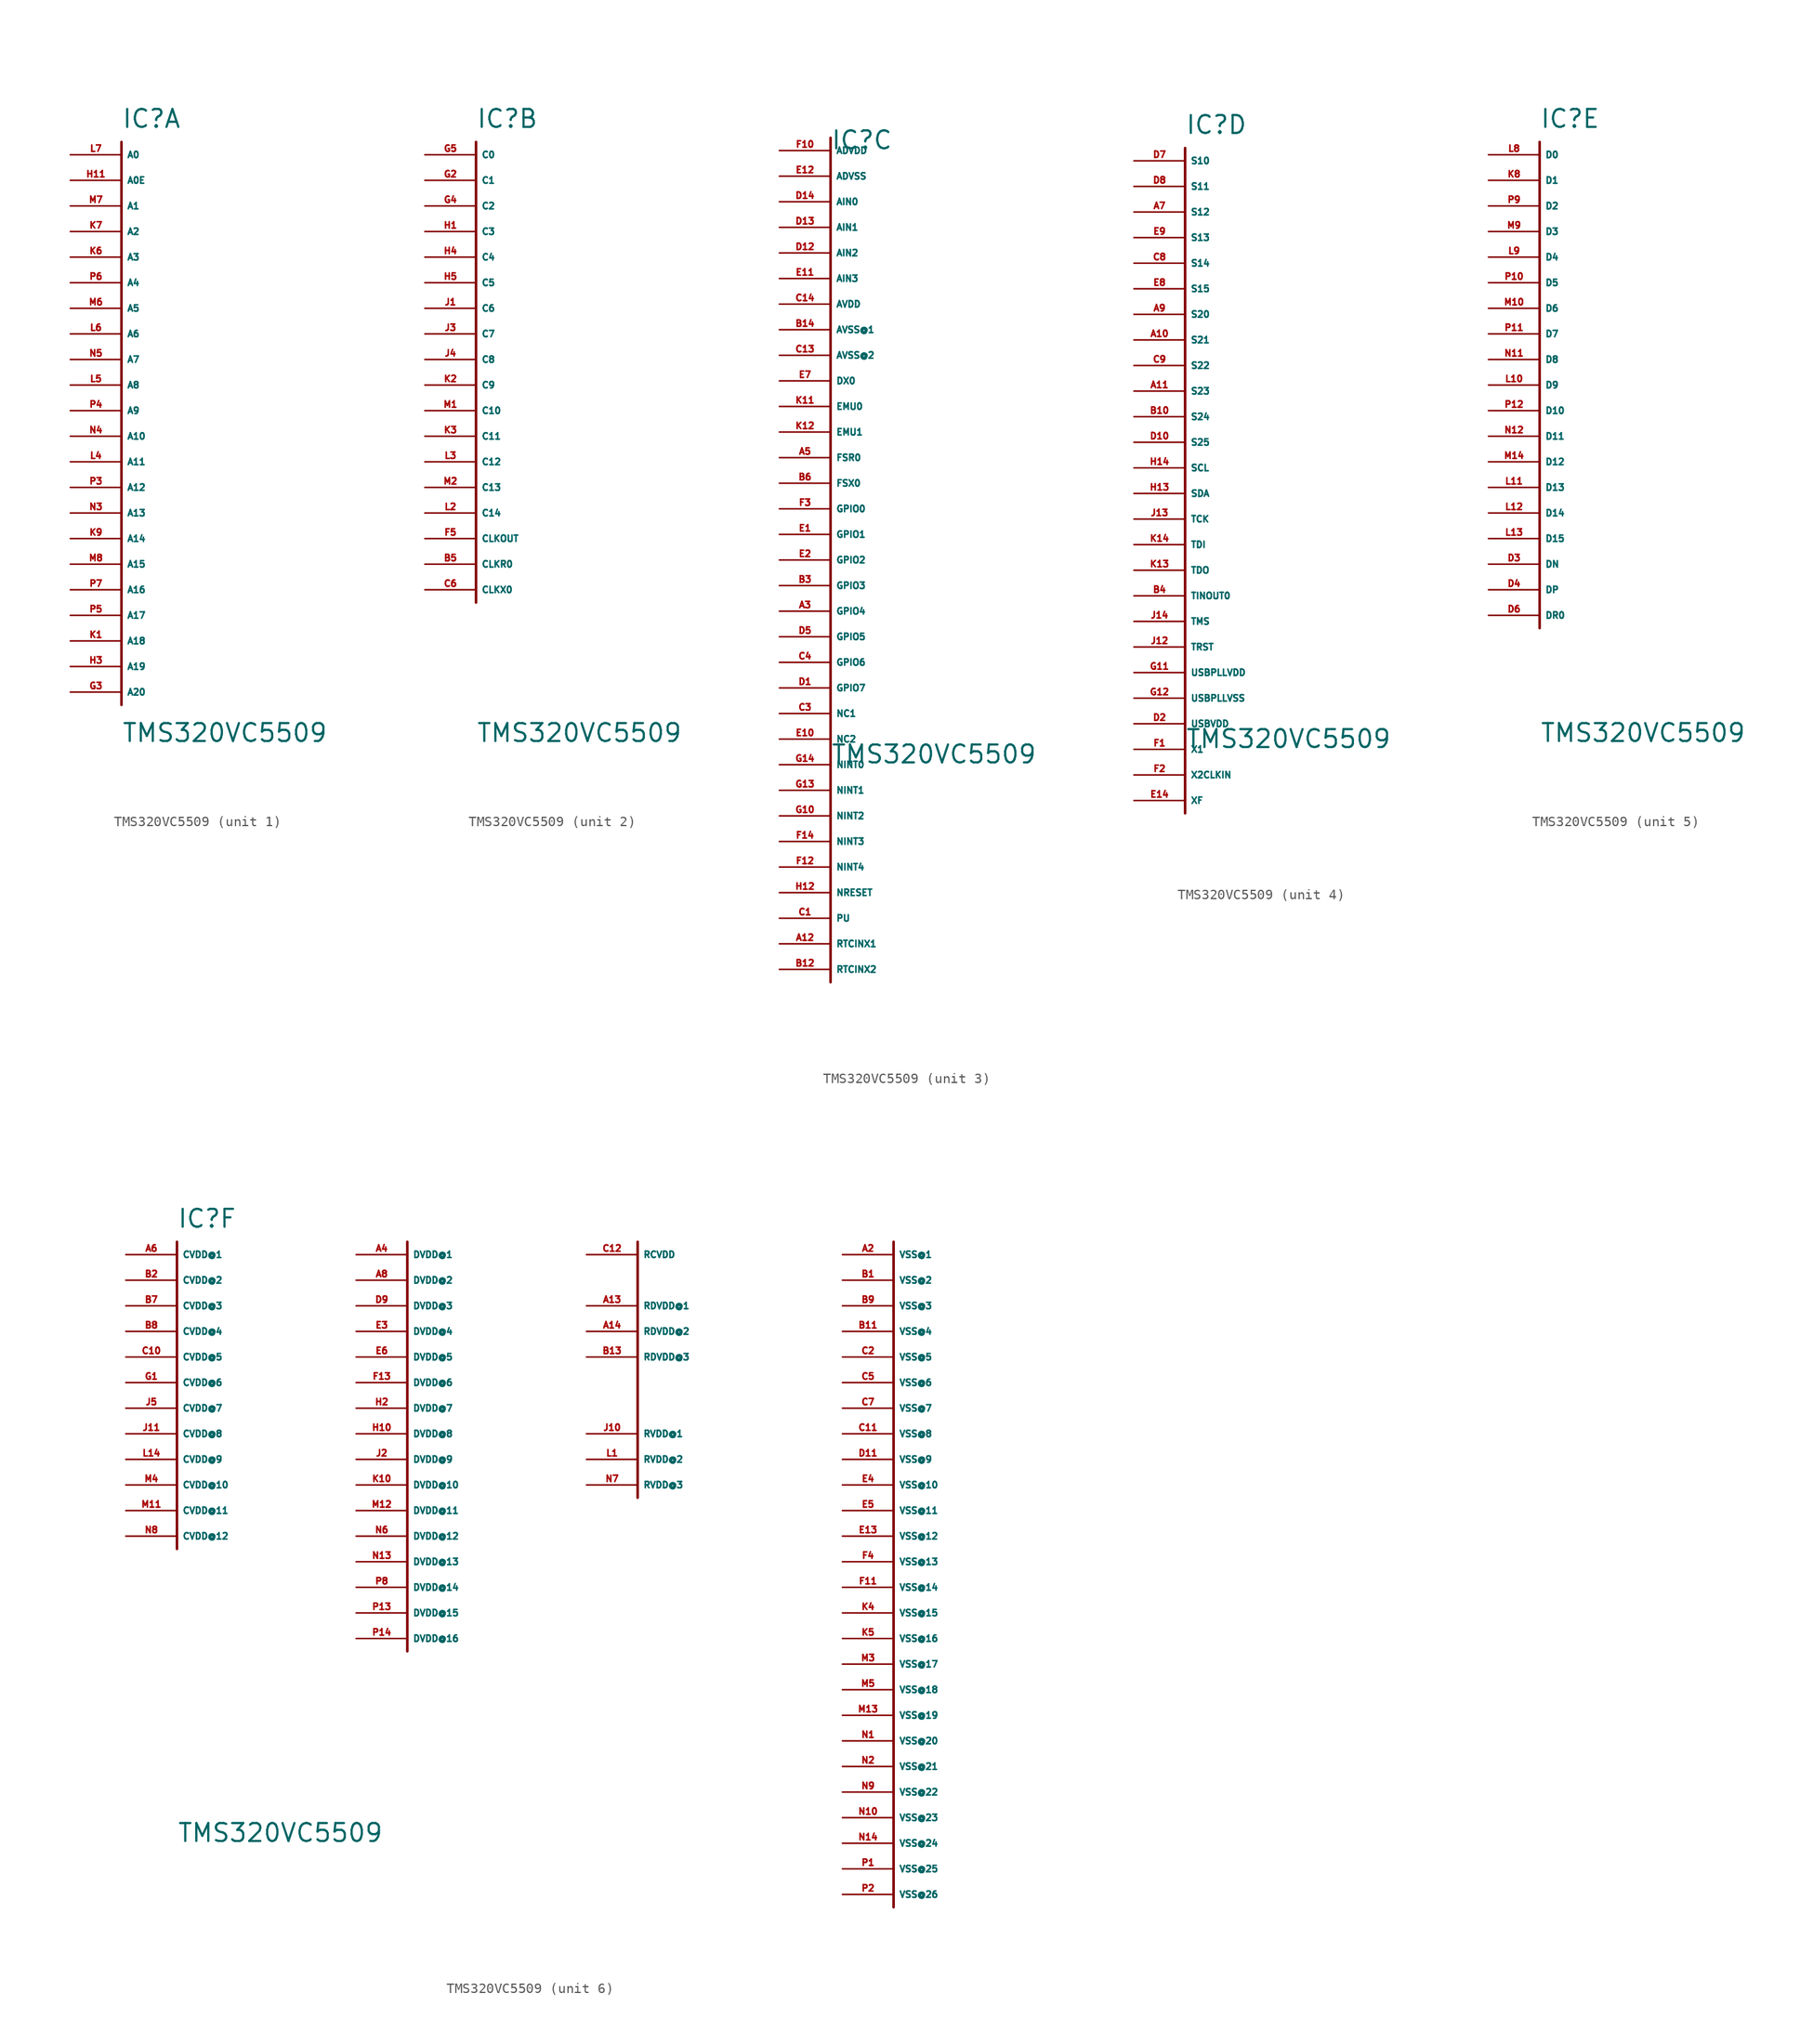
<source format=kicad_sym>
(kicad_symbol_lib
  (version 20220914)
  (generator Eagle2Kicad)
  (symbol "TMS320VC5509"
    (property "Reference" "IC"
      (at 0 2.54 0)
      (effects (font (size 1.778 1.778) (thickness 0.22)) (justify left bottom)))
    (property "Value" "TMS320VC5509"
      (at 0 -58.42 0)
      (effects (font (size 1.778 1.778) (thickness 0.22)) (justify left bottom)))
    (symbol "TMS320VC5509_1_0"
      (polyline (pts (xy 0 -54.61) (xy 0 1.27)) (stroke (width 0.254) (type default)) (fill (type none)))
      (pin bidirectional line (at -5.08 0 0) (length 5.08) (name "A0" (effects (font (size 0.635 0.635) (thickness 0.08)) (justify left bottom))) (number "L7" (effects (font (size 0.635 0.635) (thickness 0.08)) (justify left bottom))))
      (pin output line (at -5.08 -2.54 0) (length 5.08) (name "A0E" (effects (font (size 0.635 0.635) (thickness 0.08)) (justify left bottom))) (number "H11" (effects (font (size 0.635 0.635) (thickness 0.08)) (justify left bottom))))
      (pin bidirectional line (at -5.08 -5.08 0) (length 5.08) (name "A1" (effects (font (size 0.635 0.635) (thickness 0.08)) (justify left bottom))) (number "M7" (effects (font (size 0.635 0.635) (thickness 0.08)) (justify left bottom))))
      (pin bidirectional line (at -5.08 -7.62 0) (length 5.08) (name "A2" (effects (font (size 0.635 0.635) (thickness 0.08)) (justify left bottom))) (number "K7" (effects (font (size 0.635 0.635) (thickness 0.08)) (justify left bottom))))
      (pin bidirectional line (at -5.08 -10.16 0) (length 5.08) (name "A3" (effects (font (size 0.635 0.635) (thickness 0.08)) (justify left bottom))) (number "K6" (effects (font (size 0.635 0.635) (thickness 0.08)) (justify left bottom))))
      (pin bidirectional line (at -5.08 -12.7 0) (length 5.08) (name "A4" (effects (font (size 0.635 0.635) (thickness 0.08)) (justify left bottom))) (number "P6" (effects (font (size 0.635 0.635) (thickness 0.08)) (justify left bottom))))
      (pin bidirectional line (at -5.08 -15.24 0) (length 5.08) (name "A5" (effects (font (size 0.635 0.635) (thickness 0.08)) (justify left bottom))) (number "M6" (effects (font (size 0.635 0.635) (thickness 0.08)) (justify left bottom))))
      (pin bidirectional line (at -5.08 -17.78 0) (length 5.08) (name "A6" (effects (font (size 0.635 0.635) (thickness 0.08)) (justify left bottom))) (number "L6" (effects (font (size 0.635 0.635) (thickness 0.08)) (justify left bottom))))
      (pin bidirectional line (at -5.08 -20.32 0) (length 5.08) (name "A7" (effects (font (size 0.635 0.635) (thickness 0.08)) (justify left bottom))) (number "N5" (effects (font (size 0.635 0.635) (thickness 0.08)) (justify left bottom))))
      (pin bidirectional line (at -5.08 -22.86 0) (length 5.08) (name "A8" (effects (font (size 0.635 0.635) (thickness 0.08)) (justify left bottom))) (number "L5" (effects (font (size 0.635 0.635) (thickness 0.08)) (justify left bottom))))
      (pin bidirectional line (at -5.08 -25.4 0) (length 5.08) (name "A9" (effects (font (size 0.635 0.635) (thickness 0.08)) (justify left bottom))) (number "P4" (effects (font (size 0.635 0.635) (thickness 0.08)) (justify left bottom))))
      (pin bidirectional line (at -5.08 -27.94 0) (length 5.08) (name "A10" (effects (font (size 0.635 0.635) (thickness 0.08)) (justify left bottom))) (number "N4" (effects (font (size 0.635 0.635) (thickness 0.08)) (justify left bottom))))
      (pin bidirectional line (at -5.08 -30.48 0) (length 5.08) (name "A11" (effects (font (size 0.635 0.635) (thickness 0.08)) (justify left bottom))) (number "L4" (effects (font (size 0.635 0.635) (thickness 0.08)) (justify left bottom))))
      (pin bidirectional line (at -5.08 -33.02 0) (length 5.08) (name "A12" (effects (font (size 0.635 0.635) (thickness 0.08)) (justify left bottom))) (number "P3" (effects (font (size 0.635 0.635) (thickness 0.08)) (justify left bottom))))
      (pin bidirectional line (at -5.08 -35.56 0) (length 5.08) (name "A13" (effects (font (size 0.635 0.635) (thickness 0.08)) (justify left bottom))) (number "N3" (effects (font (size 0.635 0.635) (thickness 0.08)) (justify left bottom))))
      (pin bidirectional line (at -5.08 -38.1 0) (length 5.08) (name "A14" (effects (font (size 0.635 0.635) (thickness 0.08)) (justify left bottom))) (number "K9" (effects (font (size 0.635 0.635) (thickness 0.08)) (justify left bottom))))
      (pin bidirectional line (at -5.08 -40.64 0) (length 5.08) (name "A15" (effects (font (size 0.635 0.635) (thickness 0.08)) (justify left bottom))) (number "M8" (effects (font (size 0.635 0.635) (thickness 0.08)) (justify left bottom))))
      (pin output line (at -5.08 -43.18 0) (length 5.08) (name "A16" (effects (font (size 0.635 0.635) (thickness 0.08)) (justify left bottom))) (number "P7" (effects (font (size 0.635 0.635) (thickness 0.08)) (justify left bottom))))
      (pin output line (at -5.08 -45.72 0) (length 5.08) (name "A17" (effects (font (size 0.635 0.635) (thickness 0.08)) (justify left bottom))) (number "P5" (effects (font (size 0.635 0.635) (thickness 0.08)) (justify left bottom))))
      (pin output line (at -5.08 -48.26 0) (length 5.08) (name "A18" (effects (font (size 0.635 0.635) (thickness 0.08)) (justify left bottom))) (number "K1" (effects (font (size 0.635 0.635) (thickness 0.08)) (justify left bottom))))
      (pin output line (at -5.08 -50.8 0) (length 5.08) (name "A19" (effects (font (size 0.635 0.635) (thickness 0.08)) (justify left bottom))) (number "H3" (effects (font (size 0.635 0.635) (thickness 0.08)) (justify left bottom))))
      (pin output line (at -5.08 -53.34 0) (length 5.08) (name "A20" (effects (font (size 0.635 0.635) (thickness 0.08)) (justify left bottom))) (number "G3" (effects (font (size 0.635 0.635) (thickness 0.08)) (justify left bottom)))))
    (symbol "TMS320VC5509_2_0"
      (polyline (pts (xy 0 -44.45) (xy 0 1.27)) (stroke (width 0.254) (type default)) (fill (type none)))
      (pin bidirectional line (at -5.08 0 0) (length 5.08) (name "C0" (effects (font (size 0.635 0.635) (thickness 0.08)) (justify left bottom))) (number "G5" (effects (font (size 0.635 0.635) (thickness 0.08)) (justify left bottom))))
      (pin output line (at -5.08 -2.54 0) (length 5.08) (name "C1" (effects (font (size 0.635 0.635) (thickness 0.08)) (justify left bottom))) (number "G2" (effects (font (size 0.635 0.635) (thickness 0.08)) (justify left bottom))))
      (pin bidirectional line (at -5.08 -5.08 0) (length 5.08) (name "C2" (effects (font (size 0.635 0.635) (thickness 0.08)) (justify left bottom))) (number "G4" (effects (font (size 0.635 0.635) (thickness 0.08)) (justify left bottom))))
      (pin bidirectional line (at -5.08 -7.62 0) (length 5.08) (name "C3" (effects (font (size 0.635 0.635) (thickness 0.08)) (justify left bottom))) (number "H1" (effects (font (size 0.635 0.635) (thickness 0.08)) (justify left bottom))))
      (pin bidirectional line (at -5.08 -10.16 0) (length 5.08) (name "C4" (effects (font (size 0.635 0.635) (thickness 0.08)) (justify left bottom))) (number "H4" (effects (font (size 0.635 0.635) (thickness 0.08)) (justify left bottom))))
      (pin bidirectional line (at -5.08 -12.7 0) (length 5.08) (name "C5" (effects (font (size 0.635 0.635) (thickness 0.08)) (justify left bottom))) (number "H5" (effects (font (size 0.635 0.635) (thickness 0.08)) (justify left bottom))))
      (pin bidirectional line (at -5.08 -15.24 0) (length 5.08) (name "C6" (effects (font (size 0.635 0.635) (thickness 0.08)) (justify left bottom))) (number "J1" (effects (font (size 0.635 0.635) (thickness 0.08)) (justify left bottom))))
      (pin bidirectional line (at -5.08 -17.78 0) (length 5.08) (name "C7" (effects (font (size 0.635 0.635) (thickness 0.08)) (justify left bottom))) (number "J3" (effects (font (size 0.635 0.635) (thickness 0.08)) (justify left bottom))))
      (pin bidirectional line (at -5.08 -20.32 0) (length 5.08) (name "C8" (effects (font (size 0.635 0.635) (thickness 0.08)) (justify left bottom))) (number "J4" (effects (font (size 0.635 0.635) (thickness 0.08)) (justify left bottom))))
      (pin bidirectional line (at -5.08 -22.86 0) (length 5.08) (name "C9" (effects (font (size 0.635 0.635) (thickness 0.08)) (justify left bottom))) (number "K2" (effects (font (size 0.635 0.635) (thickness 0.08)) (justify left bottom))))
      (pin bidirectional line (at -5.08 -25.4 0) (length 5.08) (name "C10" (effects (font (size 0.635 0.635) (thickness 0.08)) (justify left bottom))) (number "M1" (effects (font (size 0.635 0.635) (thickness 0.08)) (justify left bottom))))
      (pin bidirectional line (at -5.08 -27.94 0) (length 5.08) (name "C11" (effects (font (size 0.635 0.635) (thickness 0.08)) (justify left bottom))) (number "K3" (effects (font (size 0.635 0.635) (thickness 0.08)) (justify left bottom))))
      (pin bidirectional line (at -5.08 -30.48 0) (length 5.08) (name "C12" (effects (font (size 0.635 0.635) (thickness 0.08)) (justify left bottom))) (number "L3" (effects (font (size 0.635 0.635) (thickness 0.08)) (justify left bottom))))
      (pin bidirectional line (at -5.08 -33.02 0) (length 5.08) (name "C13" (effects (font (size 0.635 0.635) (thickness 0.08)) (justify left bottom))) (number "M2" (effects (font (size 0.635 0.635) (thickness 0.08)) (justify left bottom))))
      (pin bidirectional line (at -5.08 -35.56 0) (length 5.08) (name "C14" (effects (font (size 0.635 0.635) (thickness 0.08)) (justify left bottom))) (number "L2" (effects (font (size 0.635 0.635) (thickness 0.08)) (justify left bottom))))
      (pin output line (at -5.08 -38.1 0) (length 5.08) (name "CLKOUT" (effects (font (size 0.635 0.635) (thickness 0.08)) (justify left bottom))) (number "F5" (effects (font (size 0.635 0.635) (thickness 0.08)) (justify left bottom))))
      (pin bidirectional line (at -5.08 -40.64 0) (length 5.08) (name "CLKR0" (effects (font (size 0.635 0.635) (thickness 0.08)) (justify left bottom))) (number "B5" (effects (font (size 0.635 0.635) (thickness 0.08)) (justify left bottom))))
      (pin bidirectional line (at -5.08 -43.18 0) (length 5.08) (name "CLKX0" (effects (font (size 0.635 0.635) (thickness 0.08)) (justify left bottom))) (number "C6" (effects (font (size 0.635 0.635) (thickness 0.08)) (justify left bottom)))))
    (symbol "TMS320VC5509_3_0"
      (polyline (pts (xy 0 3.81) (xy 0 -80.01)) (stroke (width 0.254) (type default)) (fill (type none)))
      (pin output line (at -5.08 -20.32 0) (length 5.08) (name "DX0" (effects (font (size 0.635 0.635) (thickness 0.08)) (justify left bottom))) (number "E7" (effects (font (size 0.635 0.635) (thickness 0.08)) (justify left bottom))))
      (pin input line (at -5.08 -22.86 0) (length 5.08) (name "EMU0" (effects (font (size 0.635 0.635) (thickness 0.08)) (justify left bottom))) (number "K11" (effects (font (size 0.635 0.635) (thickness 0.08)) (justify left bottom))))
      (pin input line (at -5.08 -25.4 0) (length 5.08) (name "EMU1" (effects (font (size 0.635 0.635) (thickness 0.08)) (justify left bottom))) (number "K12" (effects (font (size 0.635 0.635) (thickness 0.08)) (justify left bottom))))
      (pin bidirectional line (at -5.08 -27.94 0) (length 5.08) (name "FSR0" (effects (font (size 0.635 0.635) (thickness 0.08)) (justify left bottom))) (number "A5" (effects (font (size 0.635 0.635) (thickness 0.08)) (justify left bottom))))
      (pin bidirectional line (at -5.08 -30.48 0) (length 5.08) (name "FSX0" (effects (font (size 0.635 0.635) (thickness 0.08)) (justify left bottom))) (number "B6" (effects (font (size 0.635 0.635) (thickness 0.08)) (justify left bottom))))
      (pin bidirectional line (at -5.08 -33.02 0) (length 5.08) (name "GPIO0" (effects (font (size 0.635 0.635) (thickness 0.08)) (justify left bottom))) (number "F3" (effects (font (size 0.635 0.635) (thickness 0.08)) (justify left bottom))))
      (pin bidirectional line (at -5.08 -35.56 0) (length 5.08) (name "GPIO1" (effects (font (size 0.635 0.635) (thickness 0.08)) (justify left bottom))) (number "E1" (effects (font (size 0.635 0.635) (thickness 0.08)) (justify left bottom))))
      (pin bidirectional line (at -5.08 -38.1 0) (length 5.08) (name "GPIO2" (effects (font (size 0.635 0.635) (thickness 0.08)) (justify left bottom))) (number "E2" (effects (font (size 0.635 0.635) (thickness 0.08)) (justify left bottom))))
      (pin bidirectional line (at -5.08 -40.64 0) (length 5.08) (name "GPIO3" (effects (font (size 0.635 0.635) (thickness 0.08)) (justify left bottom))) (number "B3" (effects (font (size 0.635 0.635) (thickness 0.08)) (justify left bottom))))
      (pin bidirectional line (at -5.08 -43.18 0) (length 5.08) (name "GPIO4" (effects (font (size 0.635 0.635) (thickness 0.08)) (justify left bottom))) (number "A3" (effects (font (size 0.635 0.635) (thickness 0.08)) (justify left bottom))))
      (pin bidirectional line (at -5.08 -45.72 0) (length 5.08) (name "GPIO5" (effects (font (size 0.635 0.635) (thickness 0.08)) (justify left bottom))) (number "D5" (effects (font (size 0.635 0.635) (thickness 0.08)) (justify left bottom))))
      (pin bidirectional line (at -5.08 -48.26 0) (length 5.08) (name "GPIO6" (effects (font (size 0.635 0.635) (thickness 0.08)) (justify left bottom))) (number "C4" (effects (font (size 0.635 0.635) (thickness 0.08)) (justify left bottom))))
      (pin bidirectional line (at -5.08 -50.8 0) (length 5.08) (name "GPIO7" (effects (font (size 0.635 0.635) (thickness 0.08)) (justify left bottom))) (number "D1" (effects (font (size 0.635 0.635) (thickness 0.08)) (justify left bottom))))
      (pin passive line (at -5.08 -53.34 0) (length 5.08) (name "NC1" (effects (font (size 0.635 0.635) (thickness 0.08)) (justify left bottom))) (number "C3" (effects (font (size 0.635 0.635) (thickness 0.08)) (justify left bottom))))
      (pin passive line (at -5.08 -55.88 0) (length 5.08) (name "NC2" (effects (font (size 0.635 0.635) (thickness 0.08)) (justify left bottom))) (number "E10" (effects (font (size 0.635 0.635) (thickness 0.08)) (justify left bottom))))
      (pin input line (at -5.08 -58.42 0) (length 5.08) (name "NINT0" (effects (font (size 0.635 0.635) (thickness 0.08)) (justify left bottom))) (number "G14" (effects (font (size 0.635 0.635) (thickness 0.08)) (justify left bottom))))
      (pin input line (at -5.08 -60.96 0) (length 5.08) (name "NINT1" (effects (font (size 0.635 0.635) (thickness 0.08)) (justify left bottom))) (number "G13" (effects (font (size 0.635 0.635) (thickness 0.08)) (justify left bottom))))
      (pin input line (at -5.08 -63.5 0) (length 5.08) (name "NINT2" (effects (font (size 0.635 0.635) (thickness 0.08)) (justify left bottom))) (number "G10" (effects (font (size 0.635 0.635) (thickness 0.08)) (justify left bottom))))
      (pin input line (at -5.08 -66.04 0) (length 5.08) (name "NINT3" (effects (font (size 0.635 0.635) (thickness 0.08)) (justify left bottom))) (number "F14" (effects (font (size 0.635 0.635) (thickness 0.08)) (justify left bottom))))
      (pin input line (at -5.08 -68.58 0) (length 5.08) (name "NINT4" (effects (font (size 0.635 0.635) (thickness 0.08)) (justify left bottom))) (number "F12" (effects (font (size 0.635 0.635) (thickness 0.08)) (justify left bottom))))
      (pin input line (at -5.08 -71.12 0) (length 5.08) (name "NRESET" (effects (font (size 0.635 0.635) (thickness 0.08)) (justify left bottom))) (number "H12" (effects (font (size 0.635 0.635) (thickness 0.08)) (justify left bottom))))
      (pin passive line (at -5.08 -73.66 0) (length 5.08) (name "PU" (effects (font (size 0.635 0.635) (thickness 0.08)) (justify left bottom))) (number "C1" (effects (font (size 0.635 0.635) (thickness 0.08)) (justify left bottom))))
      (pin passive line (at -5.08 -76.2 0) (length 5.08) (name "RTCINX1" (effects (font (size 0.635 0.635) (thickness 0.08)) (justify left bottom))) (number "A12" (effects (font (size 0.635 0.635) (thickness 0.08)) (justify left bottom))))
      (pin passive line (at -5.08 -78.74 0) (length 5.08) (name "RTCINX2" (effects (font (size 0.635 0.635) (thickness 0.08)) (justify left bottom))) (number "B12" (effects (font (size 0.635 0.635) (thickness 0.08)) (justify left bottom))))
      (pin unspecified line (at -5.08 2.54 0) (length 5.08) (name "ADVDD" (effects (font (size 0.635 0.635) (thickness 0.08)) (justify left bottom))) (number "F10" (effects (font (size 0.635 0.635) (thickness 0.08)) (justify left bottom))))
      (pin unspecified line (at -5.08 0 0) (length 5.08) (name "ADVSS" (effects (font (size 0.635 0.635) (thickness 0.08)) (justify left bottom))) (number "E12" (effects (font (size 0.635 0.635) (thickness 0.08)) (justify left bottom))))
      (pin passive line (at -5.08 -2.54 0) (length 5.08) (name "AIN0" (effects (font (size 0.635 0.635) (thickness 0.08)) (justify left bottom))) (number "D14" (effects (font (size 0.635 0.635) (thickness 0.08)) (justify left bottom))))
      (pin passive line (at -5.08 -5.08 0) (length 5.08) (name "AIN1" (effects (font (size 0.635 0.635) (thickness 0.08)) (justify left bottom))) (number "D13" (effects (font (size 0.635 0.635) (thickness 0.08)) (justify left bottom))))
      (pin passive line (at -5.08 -7.62 0) (length 5.08) (name "AIN2" (effects (font (size 0.635 0.635) (thickness 0.08)) (justify left bottom))) (number "D12" (effects (font (size 0.635 0.635) (thickness 0.08)) (justify left bottom))))
      (pin passive line (at -5.08 -10.16 0) (length 5.08) (name "AIN3" (effects (font (size 0.635 0.635) (thickness 0.08)) (justify left bottom))) (number "E11" (effects (font (size 0.635 0.635) (thickness 0.08)) (justify left bottom))))
      (pin unspecified line (at -5.08 -12.7 0) (length 5.08) (name "AVDD" (effects (font (size 0.635 0.635) (thickness 0.08)) (justify left bottom))) (number "C14" (effects (font (size 0.635 0.635) (thickness 0.08)) (justify left bottom))))
      (pin unspecified line (at -5.08 -15.24 0) (length 5.08) (name "AVSS@1" (effects (font (size 0.635 0.635) (thickness 0.08)) (justify left bottom))) (number "B14" (effects (font (size 0.635 0.635) (thickness 0.08)) (justify left bottom))))
      (pin unspecified line (at -5.08 -17.78 0) (length 5.08) (name "AVSS@2" (effects (font (size 0.635 0.635) (thickness 0.08)) (justify left bottom))) (number "C13" (effects (font (size 0.635 0.635) (thickness 0.08)) (justify left bottom)))))
    (symbol "TMS320VC5509_4_0"
      (polyline (pts (xy 0 -64.77) (xy 0 1.27)) (stroke (width 0.254) (type default)) (fill (type none)))
      (pin bidirectional line (at -5.08 0 0) (length 5.08) (name "S10" (effects (font (size 0.635 0.635) (thickness 0.08)) (justify left bottom))) (number "D7" (effects (font (size 0.635 0.635) (thickness 0.08)) (justify left bottom))))
      (pin bidirectional line (at -5.08 -2.54 0) (length 5.08) (name "S11" (effects (font (size 0.635 0.635) (thickness 0.08)) (justify left bottom))) (number "D8" (effects (font (size 0.635 0.635) (thickness 0.08)) (justify left bottom))))
      (pin bidirectional line (at -5.08 -5.08 0) (length 5.08) (name "S12" (effects (font (size 0.635 0.635) (thickness 0.08)) (justify left bottom))) (number "A7" (effects (font (size 0.635 0.635) (thickness 0.08)) (justify left bottom))))
      (pin bidirectional line (at -5.08 -7.62 0) (length 5.08) (name "S13" (effects (font (size 0.635 0.635) (thickness 0.08)) (justify left bottom))) (number "E9" (effects (font (size 0.635 0.635) (thickness 0.08)) (justify left bottom))))
      (pin bidirectional line (at -5.08 -10.16 0) (length 5.08) (name "S14" (effects (font (size 0.635 0.635) (thickness 0.08)) (justify left bottom))) (number "C8" (effects (font (size 0.635 0.635) (thickness 0.08)) (justify left bottom))))
      (pin bidirectional line (at -5.08 -12.7 0) (length 5.08) (name "S15" (effects (font (size 0.635 0.635) (thickness 0.08)) (justify left bottom))) (number "E8" (effects (font (size 0.635 0.635) (thickness 0.08)) (justify left bottom))))
      (pin bidirectional line (at -5.08 -15.24 0) (length 5.08) (name "S20" (effects (font (size 0.635 0.635) (thickness 0.08)) (justify left bottom))) (number "A9" (effects (font (size 0.635 0.635) (thickness 0.08)) (justify left bottom))))
      (pin bidirectional line (at -5.08 -17.78 0) (length 5.08) (name "S21" (effects (font (size 0.635 0.635) (thickness 0.08)) (justify left bottom))) (number "A10" (effects (font (size 0.635 0.635) (thickness 0.08)) (justify left bottom))))
      (pin bidirectional line (at -5.08 -20.32 0) (length 5.08) (name "S22" (effects (font (size 0.635 0.635) (thickness 0.08)) (justify left bottom))) (number "C9" (effects (font (size 0.635 0.635) (thickness 0.08)) (justify left bottom))))
      (pin bidirectional line (at -5.08 -22.86 0) (length 5.08) (name "S23" (effects (font (size 0.635 0.635) (thickness 0.08)) (justify left bottom))) (number "A11" (effects (font (size 0.635 0.635) (thickness 0.08)) (justify left bottom))))
      (pin bidirectional line (at -5.08 -25.4 0) (length 5.08) (name "S24" (effects (font (size 0.635 0.635) (thickness 0.08)) (justify left bottom))) (number "B10" (effects (font (size 0.635 0.635) (thickness 0.08)) (justify left bottom))))
      (pin bidirectional line (at -5.08 -27.94 0) (length 5.08) (name "S25" (effects (font (size 0.635 0.635) (thickness 0.08)) (justify left bottom))) (number "D10" (effects (font (size 0.635 0.635) (thickness 0.08)) (justify left bottom))))
      (pin bidirectional line (at -5.08 -30.48 0) (length 5.08) (name "SCL" (effects (font (size 0.635 0.635) (thickness 0.08)) (justify left bottom))) (number "H14" (effects (font (size 0.635 0.635) (thickness 0.08)) (justify left bottom))))
      (pin bidirectional line (at -5.08 -33.02 0) (length 5.08) (name "SDA" (effects (font (size 0.635 0.635) (thickness 0.08)) (justify left bottom))) (number "H13" (effects (font (size 0.635 0.635) (thickness 0.08)) (justify left bottom))))
      (pin input line (at -5.08 -35.56 0) (length 5.08) (name "TCK" (effects (font (size 0.635 0.635) (thickness 0.08)) (justify left bottom))) (number "J13" (effects (font (size 0.635 0.635) (thickness 0.08)) (justify left bottom))))
      (pin input line (at -5.08 -38.1 0) (length 5.08) (name "TDI" (effects (font (size 0.635 0.635) (thickness 0.08)) (justify left bottom))) (number "K14" (effects (font (size 0.635 0.635) (thickness 0.08)) (justify left bottom))))
      (pin output line (at -5.08 -40.64 0) (length 5.08) (name "TDO" (effects (font (size 0.635 0.635) (thickness 0.08)) (justify left bottom))) (number "K13" (effects (font (size 0.635 0.635) (thickness 0.08)) (justify left bottom))))
      (pin bidirectional line (at -5.08 -43.18 0) (length 5.08) (name "TINOUT0" (effects (font (size 0.635 0.635) (thickness 0.08)) (justify left bottom))) (number "B4" (effects (font (size 0.635 0.635) (thickness 0.08)) (justify left bottom))))
      (pin input line (at -5.08 -45.72 0) (length 5.08) (name "TMS" (effects (font (size 0.635 0.635) (thickness 0.08)) (justify left bottom))) (number "J14" (effects (font (size 0.635 0.635) (thickness 0.08)) (justify left bottom))))
      (pin input line (at -5.08 -48.26 0) (length 5.08) (name "TRST" (effects (font (size 0.635 0.635) (thickness 0.08)) (justify left bottom))) (number "J12" (effects (font (size 0.635 0.635) (thickness 0.08)) (justify left bottom))))
      (pin unspecified line (at -5.08 -50.8 0) (length 5.08) (name "USBPLLVDD" (effects (font (size 0.635 0.635) (thickness 0.08)) (justify left bottom))) (number "G11" (effects (font (size 0.635 0.635) (thickness 0.08)) (justify left bottom))))
      (pin unspecified line (at -5.08 -53.34 0) (length 5.08) (name "USBPLLVSS" (effects (font (size 0.635 0.635) (thickness 0.08)) (justify left bottom))) (number "G12" (effects (font (size 0.635 0.635) (thickness 0.08)) (justify left bottom))))
      (pin unspecified line (at -5.08 -55.88 0) (length 5.08) (name "USBVDD" (effects (font (size 0.635 0.635) (thickness 0.08)) (justify left bottom))) (number "D2" (effects (font (size 0.635 0.635) (thickness 0.08)) (justify left bottom))))
      (pin passive line (at -5.08 -58.42 0) (length 5.08) (name "X1" (effects (font (size 0.635 0.635) (thickness 0.08)) (justify left bottom))) (number "F1" (effects (font (size 0.635 0.635) (thickness 0.08)) (justify left bottom))))
      (pin input line (at -5.08 -60.96 0) (length 5.08) (name "X2CLKIN" (effects (font (size 0.635 0.635) (thickness 0.08)) (justify left bottom))) (number "F2" (effects (font (size 0.635 0.635) (thickness 0.08)) (justify left bottom))))
      (pin output line (at -5.08 -63.5 0) (length 5.08) (name "XF" (effects (font (size 0.635 0.635) (thickness 0.08)) (justify left bottom))) (number "E14" (effects (font (size 0.635 0.635) (thickness 0.08)) (justify left bottom)))))
    (symbol "TMS320VC5509_5_0"
      (polyline (pts (xy 0 1.27) (xy 0 -46.99)) (stroke (width 0.254) (type default)) (fill (type none)))
      (pin bidirectional line (at -5.08 0 0) (length 5.08) (name "D0" (effects (font (size 0.635 0.635) (thickness 0.08)) (justify left bottom))) (number "L8" (effects (font (size 0.635 0.635) (thickness 0.08)) (justify left bottom))))
      (pin bidirectional line (at -5.08 -2.54 0) (length 5.08) (name "D1" (effects (font (size 0.635 0.635) (thickness 0.08)) (justify left bottom))) (number "K8" (effects (font (size 0.635 0.635) (thickness 0.08)) (justify left bottom))))
      (pin bidirectional line (at -5.08 -5.08 0) (length 5.08) (name "D2" (effects (font (size 0.635 0.635) (thickness 0.08)) (justify left bottom))) (number "P9" (effects (font (size 0.635 0.635) (thickness 0.08)) (justify left bottom))))
      (pin bidirectional line (at -5.08 -7.62 0) (length 5.08) (name "D3" (effects (font (size 0.635 0.635) (thickness 0.08)) (justify left bottom))) (number "M9" (effects (font (size 0.635 0.635) (thickness 0.08)) (justify left bottom))))
      (pin bidirectional line (at -5.08 -10.16 0) (length 5.08) (name "D4" (effects (font (size 0.635 0.635) (thickness 0.08)) (justify left bottom))) (number "L9" (effects (font (size 0.635 0.635) (thickness 0.08)) (justify left bottom))))
      (pin bidirectional line (at -5.08 -12.7 0) (length 5.08) (name "D5" (effects (font (size 0.635 0.635) (thickness 0.08)) (justify left bottom))) (number "P10" (effects (font (size 0.635 0.635) (thickness 0.08)) (justify left bottom))))
      (pin bidirectional line (at -5.08 -15.24 0) (length 5.08) (name "D6" (effects (font (size 0.635 0.635) (thickness 0.08)) (justify left bottom))) (number "M10" (effects (font (size 0.635 0.635) (thickness 0.08)) (justify left bottom))))
      (pin bidirectional line (at -5.08 -17.78 0) (length 5.08) (name "D7" (effects (font (size 0.635 0.635) (thickness 0.08)) (justify left bottom))) (number "P11" (effects (font (size 0.635 0.635) (thickness 0.08)) (justify left bottom))))
      (pin bidirectional line (at -5.08 -20.32 0) (length 5.08) (name "D8" (effects (font (size 0.635 0.635) (thickness 0.08)) (justify left bottom))) (number "N11" (effects (font (size 0.635 0.635) (thickness 0.08)) (justify left bottom))))
      (pin bidirectional line (at -5.08 -22.86 0) (length 5.08) (name "D9" (effects (font (size 0.635 0.635) (thickness 0.08)) (justify left bottom))) (number "L10" (effects (font (size 0.635 0.635) (thickness 0.08)) (justify left bottom))))
      (pin bidirectional line (at -5.08 -25.4 0) (length 5.08) (name "D10" (effects (font (size 0.635 0.635) (thickness 0.08)) (justify left bottom))) (number "P12" (effects (font (size 0.635 0.635) (thickness 0.08)) (justify left bottom))))
      (pin bidirectional line (at -5.08 -27.94 0) (length 5.08) (name "D11" (effects (font (size 0.635 0.635) (thickness 0.08)) (justify left bottom))) (number "N12" (effects (font (size 0.635 0.635) (thickness 0.08)) (justify left bottom))))
      (pin bidirectional line (at -5.08 -30.48 0) (length 5.08) (name "D12" (effects (font (size 0.635 0.635) (thickness 0.08)) (justify left bottom))) (number "M14" (effects (font (size 0.635 0.635) (thickness 0.08)) (justify left bottom))))
      (pin bidirectional line (at -5.08 -33.02 0) (length 5.08) (name "D13" (effects (font (size 0.635 0.635) (thickness 0.08)) (justify left bottom))) (number "L11" (effects (font (size 0.635 0.635) (thickness 0.08)) (justify left bottom))))
      (pin bidirectional line (at -5.08 -35.56 0) (length 5.08) (name "D14" (effects (font (size 0.635 0.635) (thickness 0.08)) (justify left bottom))) (number "L12" (effects (font (size 0.635 0.635) (thickness 0.08)) (justify left bottom))))
      (pin bidirectional line (at -5.08 -38.1 0) (length 5.08) (name "D15" (effects (font (size 0.635 0.635) (thickness 0.08)) (justify left bottom))) (number "L13" (effects (font (size 0.635 0.635) (thickness 0.08)) (justify left bottom))))
      (pin passive line (at -5.08 -40.64 0) (length 5.08) (name "DN" (effects (font (size 0.635 0.635) (thickness 0.08)) (justify left bottom))) (number "D3" (effects (font (size 0.635 0.635) (thickness 0.08)) (justify left bottom))))
      (pin passive line (at -5.08 -43.18 0) (length 5.08) (name "DP" (effects (font (size 0.635 0.635) (thickness 0.08)) (justify left bottom))) (number "D4" (effects (font (size 0.635 0.635) (thickness 0.08)) (justify left bottom))))
      (pin input line (at -5.08 -45.72 0) (length 5.08) (name "DR0" (effects (font (size 0.635 0.635) (thickness 0.08)) (justify left bottom))) (number "D6" (effects (font (size 0.635 0.635) (thickness 0.08)) (justify left bottom)))))
    (symbol "TMS320VC5509_6_0"
      (polyline (pts (xy 0 1.27) (xy 0 -29.21)) (stroke (width 0.254) (type default)) (fill (type none)))
      (polyline (pts (xy 22.86 1.27) (xy 22.86 -39.37)) (stroke (width 0.254) (type default)) (fill (type none)))
      (polyline (pts (xy 45.72 1.27) (xy 45.72 -24.13)) (stroke (width 0.254) (type default)) (fill (type none)))
      (polyline (pts (xy 71.12 1.27) (xy 71.12 -64.77)) (stroke (width 0.254) (type default)) (fill (type none)))
      (pin unspecified line (at -5.08 0 0) (length 5.08) (name "CVDD@1" (effects (font (size 0.635 0.635) (thickness 0.08)) (justify left bottom))) (number "A6" (effects (font (size 0.635 0.635) (thickness 0.08)) (justify left bottom))))
      (pin unspecified line (at -5.08 -2.54 0) (length 5.08) (name "CVDD@2" (effects (font (size 0.635 0.635) (thickness 0.08)) (justify left bottom))) (number "B2" (effects (font (size 0.635 0.635) (thickness 0.08)) (justify left bottom))))
      (pin unspecified line (at -5.08 -5.08 0) (length 5.08) (name "CVDD@3" (effects (font (size 0.635 0.635) (thickness 0.08)) (justify left bottom))) (number "B7" (effects (font (size 0.635 0.635) (thickness 0.08)) (justify left bottom))))
      (pin unspecified line (at -5.08 -7.62 0) (length 5.08) (name "CVDD@4" (effects (font (size 0.635 0.635) (thickness 0.08)) (justify left bottom))) (number "B8" (effects (font (size 0.635 0.635) (thickness 0.08)) (justify left bottom))))
      (pin unspecified line (at -5.08 -10.16 0) (length 5.08) (name "CVDD@5" (effects (font (size 0.635 0.635) (thickness 0.08)) (justify left bottom))) (number "C10" (effects (font (size 0.635 0.635) (thickness 0.08)) (justify left bottom))))
      (pin unspecified line (at -5.08 -12.7 0) (length 5.08) (name "CVDD@6" (effects (font (size 0.635 0.635) (thickness 0.08)) (justify left bottom))) (number "G1" (effects (font (size 0.635 0.635) (thickness 0.08)) (justify left bottom))))
      (pin unspecified line (at -5.08 -15.24 0) (length 5.08) (name "CVDD@7" (effects (font (size 0.635 0.635) (thickness 0.08)) (justify left bottom))) (number "J5" (effects (font (size 0.635 0.635) (thickness 0.08)) (justify left bottom))))
      (pin unspecified line (at -5.08 -17.78 0) (length 5.08) (name "CVDD@8" (effects (font (size 0.635 0.635) (thickness 0.08)) (justify left bottom))) (number "J11" (effects (font (size 0.635 0.635) (thickness 0.08)) (justify left bottom))))
      (pin unspecified line (at -5.08 -20.32 0) (length 5.08) (name "CVDD@9" (effects (font (size 0.635 0.635) (thickness 0.08)) (justify left bottom))) (number "L14" (effects (font (size 0.635 0.635) (thickness 0.08)) (justify left bottom))))
      (pin unspecified line (at -5.08 -22.86 0) (length 5.08) (name "CVDD@10" (effects (font (size 0.635 0.635) (thickness 0.08)) (justify left bottom))) (number "M4" (effects (font (size 0.635 0.635) (thickness 0.08)) (justify left bottom))))
      (pin unspecified line (at -5.08 -25.4 0) (length 5.08) (name "CVDD@11" (effects (font (size 0.635 0.635) (thickness 0.08)) (justify left bottom))) (number "M11" (effects (font (size 0.635 0.635) (thickness 0.08)) (justify left bottom))))
      (pin unspecified line (at -5.08 -27.94 0) (length 5.08) (name "CVDD@12" (effects (font (size 0.635 0.635) (thickness 0.08)) (justify left bottom))) (number "N8" (effects (font (size 0.635 0.635) (thickness 0.08)) (justify left bottom))))
      (pin unspecified line (at 17.78 0 0) (length 5.08) (name "DVDD@1" (effects (font (size 0.635 0.635) (thickness 0.08)) (justify left bottom))) (number "A4" (effects (font (size 0.635 0.635) (thickness 0.08)) (justify left bottom))))
      (pin unspecified line (at 17.78 -2.54 0) (length 5.08) (name "DVDD@2" (effects (font (size 0.635 0.635) (thickness 0.08)) (justify left bottom))) (number "A8" (effects (font (size 0.635 0.635) (thickness 0.08)) (justify left bottom))))
      (pin unspecified line (at 17.78 -5.08 0) (length 5.08) (name "DVDD@3" (effects (font (size 0.635 0.635) (thickness 0.08)) (justify left bottom))) (number "D9" (effects (font (size 0.635 0.635) (thickness 0.08)) (justify left bottom))))
      (pin unspecified line (at 17.78 -7.62 0) (length 5.08) (name "DVDD@4" (effects (font (size 0.635 0.635) (thickness 0.08)) (justify left bottom))) (number "E3" (effects (font (size 0.635 0.635) (thickness 0.08)) (justify left bottom))))
      (pin unspecified line (at 17.78 -10.16 0) (length 5.08) (name "DVDD@5" (effects (font (size 0.635 0.635) (thickness 0.08)) (justify left bottom))) (number "E6" (effects (font (size 0.635 0.635) (thickness 0.08)) (justify left bottom))))
      (pin unspecified line (at 17.78 -12.7 0) (length 5.08) (name "DVDD@6" (effects (font (size 0.635 0.635) (thickness 0.08)) (justify left bottom))) (number "F13" (effects (font (size 0.635 0.635) (thickness 0.08)) (justify left bottom))))
      (pin unspecified line (at 17.78 -15.24 0) (length 5.08) (name "DVDD@7" (effects (font (size 0.635 0.635) (thickness 0.08)) (justify left bottom))) (number "H2" (effects (font (size 0.635 0.635) (thickness 0.08)) (justify left bottom))))
      (pin unspecified line (at 17.78 -17.78 0) (length 5.08) (name "DVDD@8" (effects (font (size 0.635 0.635) (thickness 0.08)) (justify left bottom))) (number "H10" (effects (font (size 0.635 0.635) (thickness 0.08)) (justify left bottom))))
      (pin unspecified line (at 17.78 -20.32 0) (length 5.08) (name "DVDD@9" (effects (font (size 0.635 0.635) (thickness 0.08)) (justify left bottom))) (number "J2" (effects (font (size 0.635 0.635) (thickness 0.08)) (justify left bottom))))
      (pin unspecified line (at 17.78 -22.86 0) (length 5.08) (name "DVDD@10" (effects (font (size 0.635 0.635) (thickness 0.08)) (justify left bottom))) (number "K10" (effects (font (size 0.635 0.635) (thickness 0.08)) (justify left bottom))))
      (pin unspecified line (at 17.78 -25.4 0) (length 5.08) (name "DVDD@11" (effects (font (size 0.635 0.635) (thickness 0.08)) (justify left bottom))) (number "M12" (effects (font (size 0.635 0.635) (thickness 0.08)) (justify left bottom))))
      (pin unspecified line (at 17.78 -27.94 0) (length 5.08) (name "DVDD@12" (effects (font (size 0.635 0.635) (thickness 0.08)) (justify left bottom))) (number "N6" (effects (font (size 0.635 0.635) (thickness 0.08)) (justify left bottom))))
      (pin unspecified line (at 17.78 -30.48 0) (length 5.08) (name "DVDD@13" (effects (font (size 0.635 0.635) (thickness 0.08)) (justify left bottom))) (number "N13" (effects (font (size 0.635 0.635) (thickness 0.08)) (justify left bottom))))
      (pin unspecified line (at 17.78 -33.02 0) (length 5.08) (name "DVDD@14" (effects (font (size 0.635 0.635) (thickness 0.08)) (justify left bottom))) (number "P8" (effects (font (size 0.635 0.635) (thickness 0.08)) (justify left bottom))))
      (pin unspecified line (at 17.78 -35.56 0) (length 5.08) (name "DVDD@15" (effects (font (size 0.635 0.635) (thickness 0.08)) (justify left bottom))) (number "P13" (effects (font (size 0.635 0.635) (thickness 0.08)) (justify left bottom))))
      (pin unspecified line (at 17.78 -38.1 0) (length 5.08) (name "DVDD@16" (effects (font (size 0.635 0.635) (thickness 0.08)) (justify left bottom))) (number "P14" (effects (font (size 0.635 0.635) (thickness 0.08)) (justify left bottom))))
      (pin unspecified line (at 40.64 0 0) (length 5.08) (name "RCVDD" (effects (font (size 0.635 0.635) (thickness 0.08)) (justify left bottom))) (number "C12" (effects (font (size 0.635 0.635) (thickness 0.08)) (justify left bottom))))
      (pin unspecified line (at 40.64 -5.08 0) (length 5.08) (name "RDVDD@1" (effects (font (size 0.635 0.635) (thickness 0.08)) (justify left bottom))) (number "A13" (effects (font (size 0.635 0.635) (thickness 0.08)) (justify left bottom))))
      (pin unspecified line (at 40.64 -7.62 0) (length 5.08) (name "RDVDD@2" (effects (font (size 0.635 0.635) (thickness 0.08)) (justify left bottom))) (number "A14" (effects (font (size 0.635 0.635) (thickness 0.08)) (justify left bottom))))
      (pin unspecified line (at 40.64 -10.16 0) (length 5.08) (name "RDVDD@3" (effects (font (size 0.635 0.635) (thickness 0.08)) (justify left bottom))) (number "B13" (effects (font (size 0.635 0.635) (thickness 0.08)) (justify left bottom))))
      (pin unspecified line (at 40.64 -17.78 0) (length 5.08) (name "RVDD@1" (effects (font (size 0.635 0.635) (thickness 0.08)) (justify left bottom))) (number "J10" (effects (font (size 0.635 0.635) (thickness 0.08)) (justify left bottom))))
      (pin unspecified line (at 40.64 -20.32 0) (length 5.08) (name "RVDD@2" (effects (font (size 0.635 0.635) (thickness 0.08)) (justify left bottom))) (number "L1" (effects (font (size 0.635 0.635) (thickness 0.08)) (justify left bottom))))
      (pin unspecified line (at 40.64 -22.86 0) (length 5.08) (name "RVDD@3" (effects (font (size 0.635 0.635) (thickness 0.08)) (justify left bottom))) (number "N7" (effects (font (size 0.635 0.635) (thickness 0.08)) (justify left bottom))))
      (pin unspecified line (at 66.04 0 0) (length 5.08) (name "VSS@1" (effects (font (size 0.635 0.635) (thickness 0.08)) (justify left bottom))) (number "A2" (effects (font (size 0.635 0.635) (thickness 0.08)) (justify left bottom))))
      (pin unspecified line (at 66.04 -2.54 0) (length 5.08) (name "VSS@2" (effects (font (size 0.635 0.635) (thickness 0.08)) (justify left bottom))) (number "B1" (effects (font (size 0.635 0.635) (thickness 0.08)) (justify left bottom))))
      (pin unspecified line (at 66.04 -5.08 0) (length 5.08) (name "VSS@3" (effects (font (size 0.635 0.635) (thickness 0.08)) (justify left bottom))) (number "B9" (effects (font (size 0.635 0.635) (thickness 0.08)) (justify left bottom))))
      (pin unspecified line (at 66.04 -7.62 0) (length 5.08) (name "VSS@4" (effects (font (size 0.635 0.635) (thickness 0.08)) (justify left bottom))) (number "B11" (effects (font (size 0.635 0.635) (thickness 0.08)) (justify left bottom))))
      (pin unspecified line (at 66.04 -10.16 0) (length 5.08) (name "VSS@5" (effects (font (size 0.635 0.635) (thickness 0.08)) (justify left bottom))) (number "C2" (effects (font (size 0.635 0.635) (thickness 0.08)) (justify left bottom))))
      (pin unspecified line (at 66.04 -12.7 0) (length 5.08) (name "VSS@6" (effects (font (size 0.635 0.635) (thickness 0.08)) (justify left bottom))) (number "C5" (effects (font (size 0.635 0.635) (thickness 0.08)) (justify left bottom))))
      (pin unspecified line (at 66.04 -15.24 0) (length 5.08) (name "VSS@7" (effects (font (size 0.635 0.635) (thickness 0.08)) (justify left bottom))) (number "C7" (effects (font (size 0.635 0.635) (thickness 0.08)) (justify left bottom))))
      (pin unspecified line (at 66.04 -17.78 0) (length 5.08) (name "VSS@8" (effects (font (size 0.635 0.635) (thickness 0.08)) (justify left bottom))) (number "C11" (effects (font (size 0.635 0.635) (thickness 0.08)) (justify left bottom))))
      (pin unspecified line (at 66.04 -20.32 0) (length 5.08) (name "VSS@9" (effects (font (size 0.635 0.635) (thickness 0.08)) (justify left bottom))) (number "D11" (effects (font (size 0.635 0.635) (thickness 0.08)) (justify left bottom))))
      (pin unspecified line (at 66.04 -22.86 0) (length 5.08) (name "VSS@10" (effects (font (size 0.635 0.635) (thickness 0.08)) (justify left bottom))) (number "E4" (effects (font (size 0.635 0.635) (thickness 0.08)) (justify left bottom))))
      (pin unspecified line (at 66.04 -25.4 0) (length 5.08) (name "VSS@11" (effects (font (size 0.635 0.635) (thickness 0.08)) (justify left bottom))) (number "E5" (effects (font (size 0.635 0.635) (thickness 0.08)) (justify left bottom))))
      (pin unspecified line (at 66.04 -27.94 0) (length 5.08) (name "VSS@12" (effects (font (size 0.635 0.635) (thickness 0.08)) (justify left bottom))) (number "E13" (effects (font (size 0.635 0.635) (thickness 0.08)) (justify left bottom))))
      (pin unspecified line (at 66.04 -30.48 0) (length 5.08) (name "VSS@13" (effects (font (size 0.635 0.635) (thickness 0.08)) (justify left bottom))) (number "F4" (effects (font (size 0.635 0.635) (thickness 0.08)) (justify left bottom))))
      (pin unspecified line (at 66.04 -33.02 0) (length 5.08) (name "VSS@14" (effects (font (size 0.635 0.635) (thickness 0.08)) (justify left bottom))) (number "F11" (effects (font (size 0.635 0.635) (thickness 0.08)) (justify left bottom))))
      (pin unspecified line (at 66.04 -35.56 0) (length 5.08) (name "VSS@15" (effects (font (size 0.635 0.635) (thickness 0.08)) (justify left bottom))) (number "K4" (effects (font (size 0.635 0.635) (thickness 0.08)) (justify left bottom))))
      (pin unspecified line (at 66.04 -38.1 0) (length 5.08) (name "VSS@16" (effects (font (size 0.635 0.635) (thickness 0.08)) (justify left bottom))) (number "K5" (effects (font (size 0.635 0.635) (thickness 0.08)) (justify left bottom))))
      (pin unspecified line (at 66.04 -40.64 0) (length 5.08) (name "VSS@17" (effects (font (size 0.635 0.635) (thickness 0.08)) (justify left bottom))) (number "M3" (effects (font (size 0.635 0.635) (thickness 0.08)) (justify left bottom))))
      (pin unspecified line (at 66.04 -43.18 0) (length 5.08) (name "VSS@18" (effects (font (size 0.635 0.635) (thickness 0.08)) (justify left bottom))) (number "M5" (effects (font (size 0.635 0.635) (thickness 0.08)) (justify left bottom))))
      (pin unspecified line (at 66.04 -45.72 0) (length 5.08) (name "VSS@19" (effects (font (size 0.635 0.635) (thickness 0.08)) (justify left bottom))) (number "M13" (effects (font (size 0.635 0.635) (thickness 0.08)) (justify left bottom))))
      (pin unspecified line (at 66.04 -48.26 0) (length 5.08) (name "VSS@20" (effects (font (size 0.635 0.635) (thickness 0.08)) (justify left bottom))) (number "N1" (effects (font (size 0.635 0.635) (thickness 0.08)) (justify left bottom))))
      (pin unspecified line (at 66.04 -50.8 0) (length 5.08) (name "VSS@21" (effects (font (size 0.635 0.635) (thickness 0.08)) (justify left bottom))) (number "N2" (effects (font (size 0.635 0.635) (thickness 0.08)) (justify left bottom))))
      (pin unspecified line (at 66.04 -53.34 0) (length 5.08) (name "VSS@22" (effects (font (size 0.635 0.635) (thickness 0.08)) (justify left bottom))) (number "N9" (effects (font (size 0.635 0.635) (thickness 0.08)) (justify left bottom))))
      (pin unspecified line (at 66.04 -55.88 0) (length 5.08) (name "VSS@23" (effects (font (size 0.635 0.635) (thickness 0.08)) (justify left bottom))) (number "N10" (effects (font (size 0.635 0.635) (thickness 0.08)) (justify left bottom))))
      (pin unspecified line (at 66.04 -58.42 0) (length 5.08) (name "VSS@24" (effects (font (size 0.635 0.635) (thickness 0.08)) (justify left bottom))) (number "N14" (effects (font (size 0.635 0.635) (thickness 0.08)) (justify left bottom))))
      (pin unspecified line (at 66.04 -60.96 0) (length 5.08) (name "VSS@25" (effects (font (size 0.635 0.635) (thickness 0.08)) (justify left bottom))) (number "P1" (effects (font (size 0.635 0.635) (thickness 0.08)) (justify left bottom))))
      (pin unspecified line (at 66.04 -63.5 0) (length 5.08) (name "VSS@26" (effects (font (size 0.635 0.635) (thickness 0.08)) (justify left bottom))) (number "P2" (effects (font (size 0.635 0.635) (thickness 0.08)) (justify left bottom)))))))
</source>
